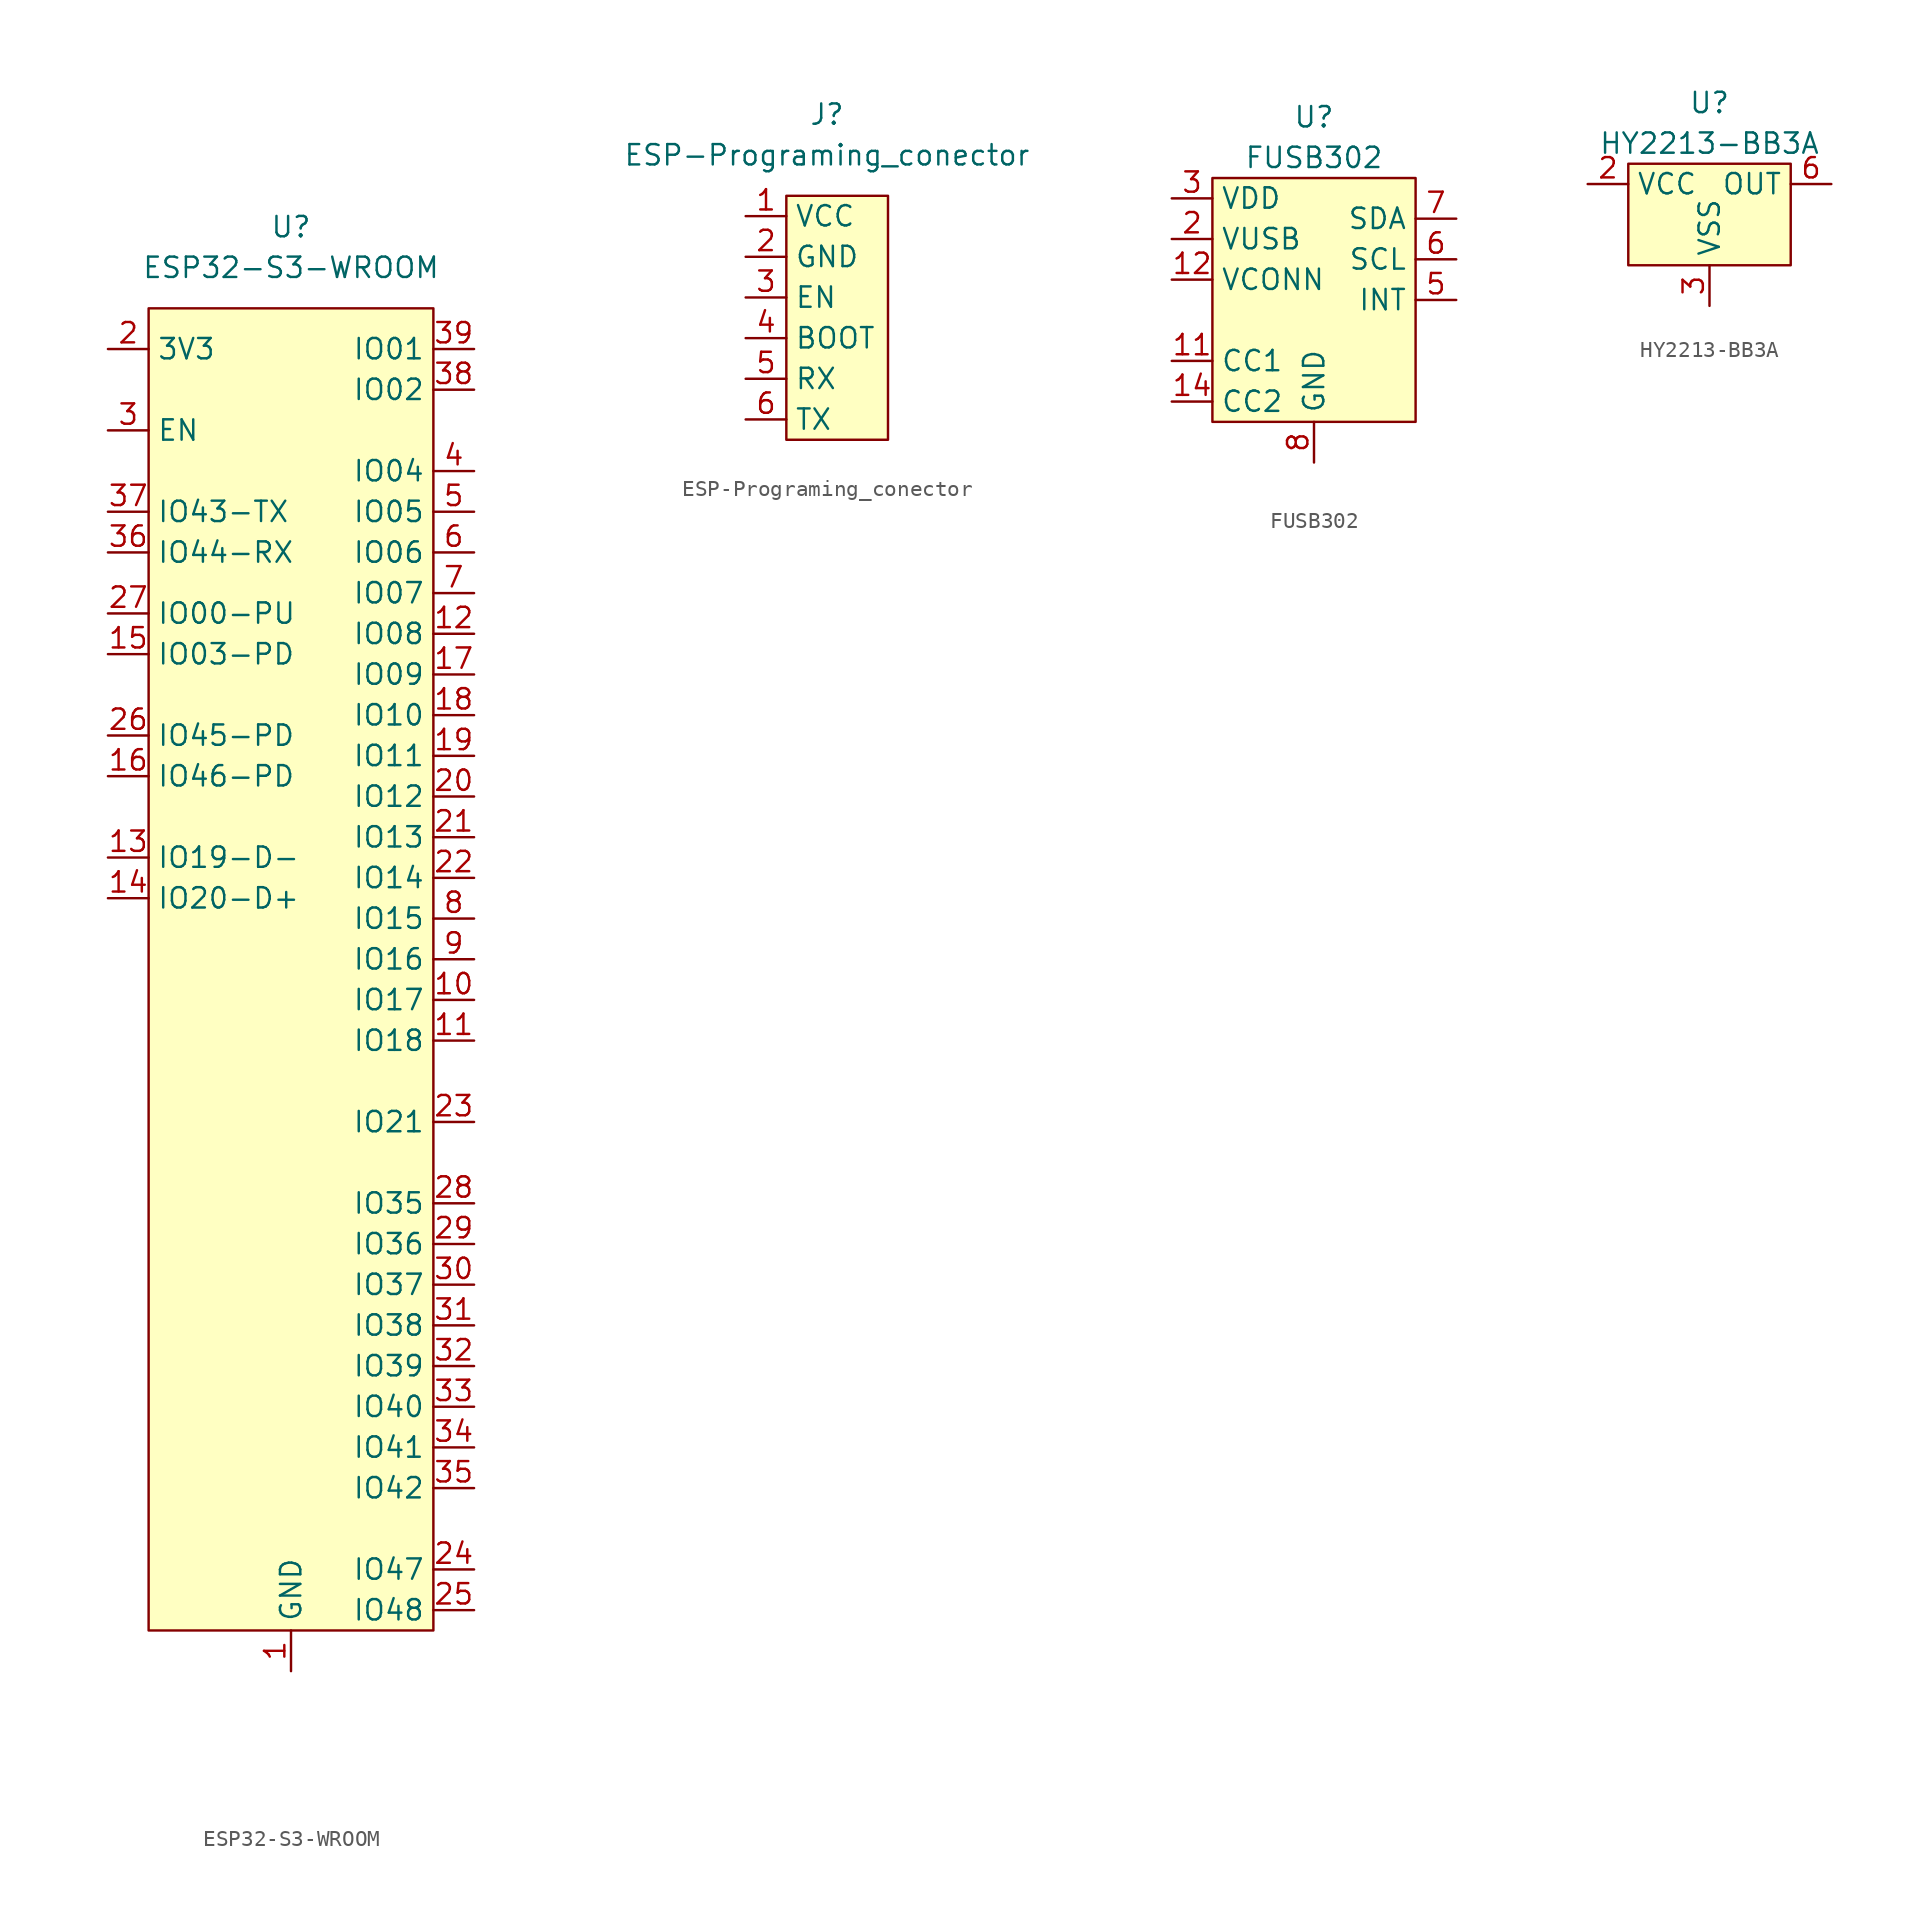
<source format=kicad_sym>
(kicad_symbol_lib
  (version 20211014)
  (generator kicad_symbol_editor)
  (symbol "ESP32-S3-WROOM"
    (property "Reference" "U"
      (at 0 5.08 0)
      (effects (font (size 1.27 1.27))))
    (property "Value" "ESP32-S3-WROOM"
      (at 0 2.54 0)
      (effects (font (size 1.27 1.27))))
    (symbol "ESP32-S3-WROOM_0_1"
      (rectangle (start -8.89 0) (end 8.89 -82.55) (stroke (width 0) (type default) (color 0 0 0 0)) (fill (type background))))
    (symbol "ESP32-S3-WROOM_1_1"
      (pin power_in line (at 0 -85.09 90) (length 2.54) (name "GND" (effects (font (size 1.27 1.27)))) (number "1" (effects (font (size 1.27 1.27)))))
      (pin bidirectional line (at 11.43 -43.18 180) (length 2.54) (name "IO17" (effects (font (size 1.27 1.27)))) (number "10" (effects (font (size 1.27 1.27)))))
      (pin bidirectional line (at 11.43 -45.72 180) (length 2.54) (name "IO18" (effects (font (size 1.27 1.27)))) (number "11" (effects (font (size 1.27 1.27)))))
      (pin bidirectional line (at 11.43 -20.32 180) (length 2.54) (name "IO08" (effects (font (size 1.27 1.27)))) (number "12" (effects (font (size 1.27 1.27)))))
      (pin bidirectional line (at -11.43 -34.29 0) (length 2.54) (name "IO19-D-" (effects (font (size 1.27 1.27)))) (number "13" (effects (font (size 1.27 1.27)))))
      (pin bidirectional line (at -11.43 -36.83 0) (length 2.54) (name "IO20-D+" (effects (font (size 1.27 1.27)))) (number "14" (effects (font (size 1.27 1.27)))))
      (pin bidirectional line (at -11.43 -21.59 0) (length 2.54) (name "IO03-PD" (effects (font (size 1.27 1.27)))) (number "15" (effects (font (size 1.27 1.27)))))
      (pin bidirectional line (at -11.43 -29.21 0) (length 2.54) (name "IO46-PD" (effects (font (size 1.27 1.27)))) (number "16" (effects (font (size 1.27 1.27)))))
      (pin bidirectional line (at 11.43 -22.86 180) (length 2.54) (name "IO09" (effects (font (size 1.27 1.27)))) (number "17" (effects (font (size 1.27 1.27)))))
      (pin bidirectional line (at 11.43 -25.4 180) (length 2.54) (name "IO10" (effects (font (size 1.27 1.27)))) (number "18" (effects (font (size 1.27 1.27)))))
      (pin bidirectional line (at 11.43 -27.94 180) (length 2.54) (name "IO11" (effects (font (size 1.27 1.27)))) (number "19" (effects (font (size 1.27 1.27)))))
      (pin power_in line (at -11.43 -2.54 0) (length 2.54) (name "3V3" (effects (font (size 1.27 1.27)))) (number "2" (effects (font (size 1.27 1.27)))))
      (pin bidirectional line (at 11.43 -30.48 180) (length 2.54) (name "IO12" (effects (font (size 1.27 1.27)))) (number "20" (effects (font (size 1.27 1.27)))))
      (pin bidirectional line (at 11.43 -33.02 180) (length 2.54) (name "IO13" (effects (font (size 1.27 1.27)))) (number "21" (effects (font (size 1.27 1.27)))))
      (pin bidirectional line (at 11.43 -35.56 180) (length 2.54) (name "IO14" (effects (font (size 1.27 1.27)))) (number "22" (effects (font (size 1.27 1.27)))))
      (pin bidirectional line (at 11.43 -50.8 180) (length 2.54) (name "IO21" (effects (font (size 1.27 1.27)))) (number "23" (effects (font (size 1.27 1.27)))))
      (pin bidirectional line (at 11.43 -78.74 180) (length 2.54) (name "IO47" (effects (font (size 1.27 1.27)))) (number "24" (effects (font (size 1.27 1.27)))))
      (pin bidirectional line (at 11.43 -81.28 180) (length 2.54) (name "IO48" (effects (font (size 1.27 1.27)))) (number "25" (effects (font (size 1.27 1.27)))))
      (pin bidirectional line (at -11.43 -26.67 0) (length 2.54) (name "IO45-PD" (effects (font (size 1.27 1.27)))) (number "26" (effects (font (size 1.27 1.27)))))
      (pin bidirectional line (at -11.43 -19.05 0) (length 2.54) (name "IO00-PU" (effects (font (size 1.27 1.27)))) (number "27" (effects (font (size 1.27 1.27)))))
      (pin bidirectional line (at 11.43 -55.88 180) (length 2.54) (name "IO35" (effects (font (size 1.27 1.27)))) (number "28" (effects (font (size 1.27 1.27)))))
      (pin bidirectional line (at 11.43 -58.42 180) (length 2.54) (name "IO36" (effects (font (size 1.27 1.27)))) (number "29" (effects (font (size 1.27 1.27)))))
      (pin input line (at -11.43 -7.62 0) (length 2.54) (name "EN" (effects (font (size 1.27 1.27)))) (number "3" (effects (font (size 1.27 1.27)))))
      (pin bidirectional line (at 11.43 -60.96 180) (length 2.54) (name "IO37" (effects (font (size 1.27 1.27)))) (number "30" (effects (font (size 1.27 1.27)))))
      (pin bidirectional line (at 11.43 -63.5 180) (length 2.54) (name "IO38" (effects (font (size 1.27 1.27)))) (number "31" (effects (font (size 1.27 1.27)))))
      (pin bidirectional line (at 11.43 -66.04 180) (length 2.54) (name "IO39" (effects (font (size 1.27 1.27)))) (number "32" (effects (font (size 1.27 1.27)))))
      (pin bidirectional line (at 11.43 -68.58 180) (length 2.54) (name "IO40" (effects (font (size 1.27 1.27)))) (number "33" (effects (font (size 1.27 1.27)))))
      (pin bidirectional line (at 11.43 -71.12 180) (length 2.54) (name "IO41" (effects (font (size 1.27 1.27)))) (number "34" (effects (font (size 1.27 1.27)))))
      (pin bidirectional line (at 11.43 -73.66 180) (length 2.54) (name "IO42" (effects (font (size 1.27 1.27)))) (number "35" (effects (font (size 1.27 1.27)))))
      (pin input line (at -11.43 -15.24 0) (length 2.54) (name "IO44-RX" (effects (font (size 1.27 1.27)))) (number "36" (effects (font (size 1.27 1.27)))))
      (pin output line (at -11.43 -12.7 0) (length 2.54) (name "IO43-TX" (effects (font (size 1.27 1.27)))) (number "37" (effects (font (size 1.27 1.27)))))
      (pin bidirectional line (at 11.43 -5.08 180) (length 2.54) (name "IO02" (effects (font (size 1.27 1.27)))) (number "38" (effects (font (size 1.27 1.27)))))
      (pin bidirectional line (at 11.43 -2.54 180) (length 2.54) (name "IO01" (effects (font (size 1.27 1.27)))) (number "39" (effects (font (size 1.27 1.27)))))
      (pin bidirectional line (at 11.43 -10.16 180) (length 2.54) (name "IO04" (effects (font (size 1.27 1.27)))) (number "4" (effects (font (size 1.27 1.27)))))
      (pin free line (at 0 -85.09 90) (length 2.54) hide (name "GND" (effects (font (size 1.27 1.27)))) (number "40" (effects (font (size 1.27 1.27)))))
      (pin passive line (at 0 -85.09 90) (length 2.54) hide (name "GND" (effects (font (size 1.27 1.27)))) (number "41" (effects (font (size 1.27 1.27)))))
      (pin bidirectional line (at 11.43 -12.7 180) (length 2.54) (name "IO05" (effects (font (size 1.27 1.27)))) (number "5" (effects (font (size 1.27 1.27)))))
      (pin bidirectional line (at 11.43 -15.24 180) (length 2.54) (name "IO06" (effects (font (size 1.27 1.27)))) (number "6" (effects (font (size 1.27 1.27)))))
      (pin bidirectional line (at 11.43 -17.78 180) (length 2.54) (name "IO07" (effects (font (size 1.27 1.27)))) (number "7" (effects (font (size 1.27 1.27)))))
      (pin bidirectional line (at 11.43 -38.1 180) (length 2.54) (name "IO15" (effects (font (size 1.27 1.27)))) (number "8" (effects (font (size 1.27 1.27)))))
      (pin bidirectional line (at 11.43 -40.64 180) (length 2.54) (name "IO16" (effects (font (size 1.27 1.27)))) (number "9" (effects (font (size 1.27 1.27)))))))
  (symbol "ESP-Programing_conector"
    (property "Reference" "J"
      (at 0 6.35 0)
      (effects (font (size 1.27 1.27))))
    (property "Value" "ESP-Programing_conector"
      (at 0 3.81 0)
      (effects (font (size 1.27 1.27))))
    (symbol "ESP-Programing_conector_0_1"
      (rectangle (start -2.54 1.27) (end 3.81 -13.97) (stroke (width 0) (type default) (color 0 0 0 0)) (fill (type background))))
    (symbol "ESP-Programing_conector_1_1"
      (pin power_in line (at -5.08 0 0) (length 2.54) (name "VCC" (effects (font (size 1.27 1.27)))) (number "1" (effects (font (size 1.27 1.27)))))
      (pin power_in line (at -5.08 -2.54 0) (length 2.54) (name "GND" (effects (font (size 1.27 1.27)))) (number "2" (effects (font (size 1.27 1.27)))))
      (pin input line (at -5.08 -5.08 0) (length 2.54) (name "EN" (effects (font (size 1.27 1.27)))) (number "3" (effects (font (size 1.27 1.27)))))
      (pin input line (at -5.08 -7.62 0) (length 2.54) (name "BOOT" (effects (font (size 1.27 1.27)))) (number "4" (effects (font (size 1.27 1.27)))))
      (pin input line (at -5.08 -10.16 0) (length 2.54) (name "RX" (effects (font (size 1.27 1.27)))) (number "5" (effects (font (size 1.27 1.27)))))
      (pin output line (at -5.08 -12.7 0) (length 2.54) (name "TX" (effects (font (size 1.27 1.27)))) (number "6" (effects (font (size 1.27 1.27)))))))
  (symbol "FUSB302"
    (property "Reference" "U"
      (at 0 5.08 0)
      (effects (font (size 1.27 1.27))))
    (property "Value" "FUSB302"
      (at 0 2.54 0)
      (effects (font (size 1.27 1.27))))
    (symbol "FUSB302_0_1"
      (rectangle (start -6.35 1.27) (end 6.35 -13.97) (stroke (width 0) (type default) (color 0 0 0 0)) (fill (type background))))
    (symbol "FUSB302_1_1"
      (pin bidirectional line (at -8.89 -10.16 0) (length 2.54) (name "CC1" (effects (font (size 1.27 1.27)))) (number "11" (effects (font (size 1.27 1.27)))))
      (pin power_in line (at -8.89 -5.08 0) (length 2.54) (name "VCONN" (effects (font (size 1.27 1.27)))) (number "12" (effects (font (size 1.27 1.27)))))
      (pin power_in line (at -8.89 -5.08 0) (length 2.54) hide (name "VCONN" (effects (font (size 1.27 1.27)))) (number "13" (effects (font (size 1.27 1.27)))))
      (pin bidirectional line (at -8.89 -12.7 0) (length 2.54) (name "CC2" (effects (font (size 1.27 1.27)))) (number "14" (effects (font (size 1.27 1.27)))))
      (pin input line (at -8.89 -2.54 0) (length 2.54) (name "VUSB" (effects (font (size 1.27 1.27)))) (number "2" (effects (font (size 1.27 1.27)))))
      (pin power_in line (at -8.89 0 0) (length 2.54) (name "VDD" (effects (font (size 1.27 1.27)))) (number "3" (effects (font (size 1.27 1.27)))))
      (pin power_in line (at -8.89 0 0) (length 2.54) hide (name "VDD" (effects (font (size 1.27 1.27)))) (number "4" (effects (font (size 1.27 1.27)))))
      (pin output line (at 8.89 -6.35 180) (length 2.54) (name "INT" (effects (font (size 1.27 1.27)))) (number "5" (effects (font (size 1.27 1.27)))))
      (pin input line (at 8.89 -3.81 180) (length 2.54) (name "SCL" (effects (font (size 1.27 1.27)))) (number "6" (effects (font (size 1.27 1.27)))))
      (pin bidirectional line (at 8.89 -1.27 180) (length 2.54) (name "SDA" (effects (font (size 1.27 1.27)))) (number "7" (effects (font (size 1.27 1.27)))))
      (pin bidirectional line (at 0 -16.51 90) (length 2.54) (name "GND" (effects (font (size 1.27 1.27)))) (number "8" (effects (font (size 1.27 1.27)))))
      (pin bidirectional line (at 0 -16.51 90) (length 2.54) hide (name "GND" (effects (font (size 1.27 1.27)))) (number "9" (effects (font (size 1.27 1.27)))))))
  (symbol "HY2213-BB3A"
    (property "Reference" "U"
      (at 0 5.08 0)
      (effects (font (size 1.27 1.27))))
    (property "Value" "HY2213-BB3A"
      (at 0 2.54 0)
      (effects (font (size 1.27 1.27))))
    (symbol "HY2213-BB3A_0_1"
      (rectangle (start 5.08 1.27) (end -5.08 -5.08) (stroke (width 0) (type default) (color 0 0 0 0)) (fill (type background))))
    (symbol "HY2213-BB3A_1_1"
      (pin input line (at -7.62 0 0) (length 2.54) (name "VCC" (effects (font (size 1.27 1.27)))) (number "2" (effects (font (size 1.27 1.27)))))
      (pin input line (at 0 -7.62 90) (length 2.54) (name "VSS" (effects (font (size 1.27 1.27)))) (number "3" (effects (font (size 1.27 1.27)))))
      (pin output line (at 7.62 0 180) (length 2.54) (name "OUT" (effects (font (size 1.27 1.27)))) (number "6" (effects (font (size 1.27 1.27))))))))
</source>
